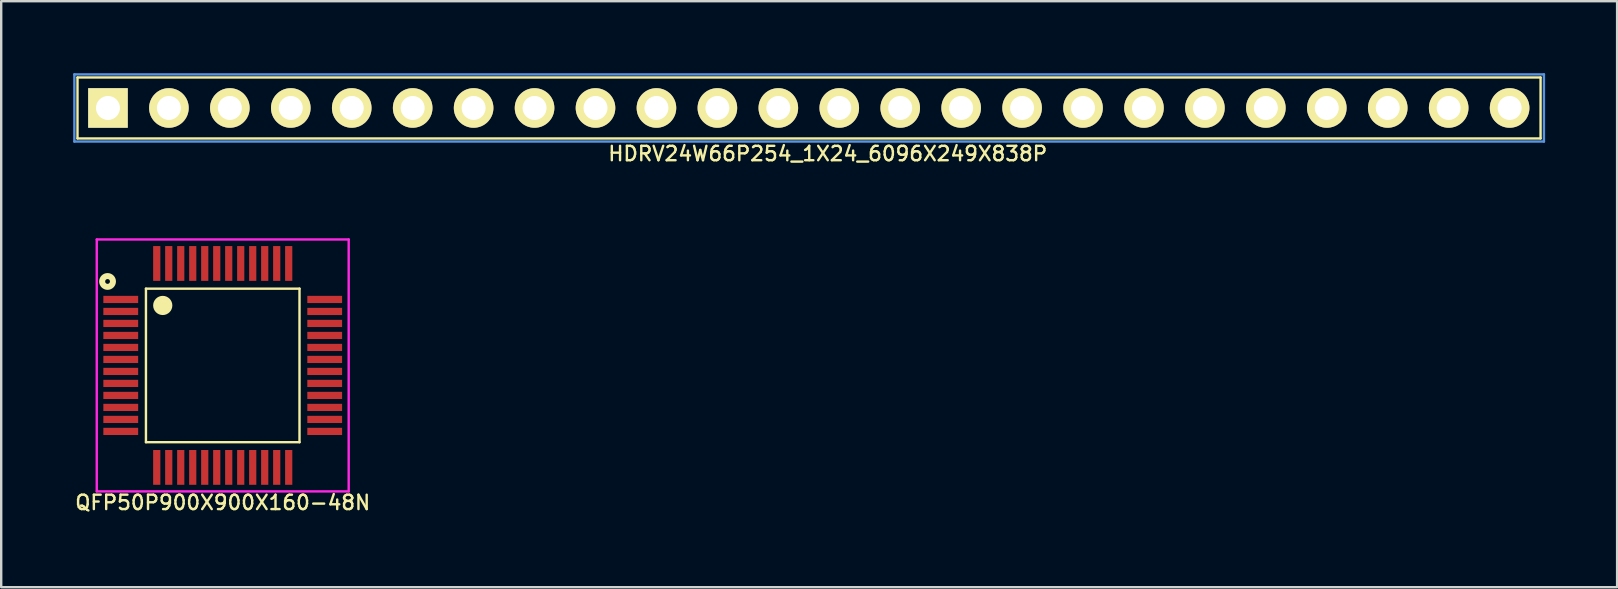
<source format=kicad_pcb>
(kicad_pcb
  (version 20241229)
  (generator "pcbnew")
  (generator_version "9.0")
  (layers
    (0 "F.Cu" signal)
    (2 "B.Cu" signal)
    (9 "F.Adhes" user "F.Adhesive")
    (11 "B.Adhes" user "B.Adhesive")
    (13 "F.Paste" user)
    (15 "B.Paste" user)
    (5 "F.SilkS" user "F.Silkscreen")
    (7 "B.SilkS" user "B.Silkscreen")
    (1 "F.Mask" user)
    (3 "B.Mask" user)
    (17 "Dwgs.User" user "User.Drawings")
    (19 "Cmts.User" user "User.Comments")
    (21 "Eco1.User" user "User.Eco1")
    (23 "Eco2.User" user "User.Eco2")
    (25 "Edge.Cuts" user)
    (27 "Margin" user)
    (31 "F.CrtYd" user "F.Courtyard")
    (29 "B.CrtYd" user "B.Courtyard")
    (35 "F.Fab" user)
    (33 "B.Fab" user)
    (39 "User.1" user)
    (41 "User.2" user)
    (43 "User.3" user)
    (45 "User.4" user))
  (footprint "HDRV24W66P254_1X24_6096X249X838P"
    (layer "F.Cu")
    (at 1.45 1.45)
    (property "Reference" "HDRV24W66P254_1X24_6096X249X838P" (at 30 1.905 0) (layer "F.SilkS") (effects (font (size 0.6 0.6) (thickness 0.1))))
    (attr through_hole)
    (fp_line (start -1.27 -1.27) (end 59.71 -1.27) (stroke (width 0.1) (type solid)) (layer "F.SilkS"))
    (fp_line (start -1.27 1.27) (end -1.27 -1.27) (stroke (width 0.1) (type solid)) (layer "F.SilkS"))
    (fp_line (start 59.71 -1.27) (end 59.71 1.27) (stroke (width 0.1) (type solid)) (layer "F.SilkS"))
    (fp_line (start 59.71 1.27) (end -1.27 1.27) (stroke (width 0.1) (type solid)) (layer "F.SilkS"))
    (fp_line (start -1.4 -1.4) (end 59.85 -1.4) (stroke (width 0.1) (type solid)) (layer "Cmts.User"))
    (fp_line (start -1.4 1.4) (end -1.4 -1.4) (stroke (width 0.1) (type solid)) (layer "Cmts.User"))
    (fp_line (start 59.85 -1.4) (end 59.85 1.4) (stroke (width 0.1) (type solid)) (layer "Cmts.User"))
    (fp_line (start 59.85 1.4) (end -1.4 1.4) (stroke (width 0.1) (type solid)) (layer "Cmts.User"))
    (pad "1" thru_hole rect (at 0 0) (size 1.65 1.65) (drill 1) (layers "*.Cu" "*.Mask" "F.SilkS"))
    (pad "2" thru_hole circle (at 2.54 0) (size 1.65 1.65) (drill 1) (layers "*.Cu" "*.Mask" "F.SilkS"))
    (pad "3" thru_hole circle (at 5.08 0) (size 1.65 1.65) (drill 1) (layers "*.Cu" "*.Mask" "F.SilkS"))
    (pad "4" thru_hole circle (at 7.62 0) (size 1.65 1.65) (drill 1) (layers "*.Cu" "*.Mask" "F.SilkS"))
    (pad "5" thru_hole circle (at 10.16 0) (size 1.65 1.65) (drill 1) (layers "*.Cu" "*.Mask" "F.SilkS"))
    (pad "6" thru_hole circle (at 12.7 0) (size 1.65 1.65) (drill 1) (layers "*.Cu" "*.Mask" "F.SilkS"))
    (pad "7" thru_hole circle (at 15.24 0) (size 1.65 1.65) (drill 1) (layers "*.Cu" "*.Mask" "F.SilkS"))
    (pad "8" thru_hole circle (at 17.78 0) (size 1.65 1.65) (drill 1) (layers "*.Cu" "*.Mask" "F.SilkS"))
    (pad "9" thru_hole circle (at 20.32 0) (size 1.65 1.65) (drill 1) (layers "*.Cu" "*.Mask" "F.SilkS"))
    (pad "10" thru_hole circle (at 22.86 0) (size 1.65 1.65) (drill 1) (layers "*.Cu" "*.Mask" "F.SilkS"))
    (pad "11" thru_hole circle (at 25.4 0) (size 1.65 1.65) (drill 1) (layers "*.Cu" "*.Mask" "F.SilkS"))
    (pad "12" thru_hole circle (at 27.94 0) (size 1.65 1.65) (drill 1) (layers "*.Cu" "*.Mask" "F.SilkS"))
    (pad "13" thru_hole circle (at 30.48 0) (size 1.65 1.65) (drill 1) (layers "*.Cu" "*.Mask" "F.SilkS"))
    (pad "14" thru_hole circle (at 33.02 0) (size 1.65 1.65) (drill 1) (layers "*.Cu" "*.Mask" "F.SilkS"))
    (pad "15" thru_hole circle (at 35.56 0) (size 1.65 1.65) (drill 1) (layers "*.Cu" "*.Mask" "F.SilkS"))
    (pad "16" thru_hole circle (at 38.1 0) (size 1.65 1.65) (drill 1) (layers "*.Cu" "*.Mask" "F.SilkS"))
    (pad "17" thru_hole circle (at 40.64 0) (size 1.65 1.65) (drill 1) (layers "*.Cu" "*.Mask" "F.SilkS"))
    (pad "18" thru_hole circle (at 43.18 0) (size 1.65 1.65) (drill 1) (layers "*.Cu" "*.Mask" "F.SilkS"))
    (pad "19" thru_hole circle (at 45.72 0) (size 1.65 1.65) (drill 1) (layers "*.Cu" "*.Mask" "F.SilkS"))
    (pad "20" thru_hole circle (at 48.26 0) (size 1.65 1.65) (drill 1) (layers "*.Cu" "*.Mask" "F.SilkS"))
    (pad "21" thru_hole circle (at 50.8 0) (size 1.65 1.65) (drill 1) (layers "*.Cu" "*.Mask" "F.SilkS"))
    (pad "22" thru_hole circle (at 53.34 0) (size 1.65 1.65) (drill 1) (layers "*.Cu" "*.Mask" "F.SilkS"))
    (pad "23" thru_hole circle (at 55.88 0) (size 1.65 1.65) (drill 1) (layers "*.Cu" "*.Mask" "F.SilkS"))
    (pad "24" thru_hole circle (at 58.42 0) (size 1.65 1.65) (drill 1) (layers "*.Cu" "*.Mask" "F.SilkS")))
  (footprint "QFP50P900X900X160-48N"
    (layer "F.Cu")
    (at 6.233 12.181)
    (property "Reference" "QFP50P900X900X160-48N" (at 0 5.715 0) (layer "F.SilkS") (effects (font (size 0.6 0.6) (thickness 0.1))))
    (attr through_hole)
    (fp_line (start -3.2 -3.2) (end 3.2 -3.2) (stroke (width 0.1) (type solid)) (layer "F.SilkS"))
    (fp_line (start -3.2 3.2) (end -3.2 -3.2) (stroke (width 0.1) (type solid)) (layer "F.SilkS"))
    (fp_line (start 3.2 -3.2) (end 3.2 3.2) (stroke (width 0.1) (type solid)) (layer "F.SilkS"))
    (fp_line (start 3.2 3.2) (end -3.2 3.2) (stroke (width 0.1) (type solid)) (layer "F.SilkS"))
    (fp_circle (center -4.8 -3.5) (end -4.7 -3.5) (stroke (width 0.25) (type solid)) (fill no) (layer "F.SilkS"))
    (fp_circle (center -2.5 -2.5) (end -2.3 -2.5) (stroke (width 0.4) (type solid)) (fill no) (layer "F.SilkS"))
    (fp_line (start -5.25 -5.25) (end 5.25 -5.25) (stroke (width 0.1) (type solid)) (layer "F.CrtYd"))
    (fp_line (start -5.25 5.25) (end -5.25 -5.25) (stroke (width 0.1) (type solid)) (layer "F.CrtYd"))
    (fp_line (start 5.25 -5.25) (end 5.25 5.25) (stroke (width 0.1) (type solid)) (layer "F.CrtYd"))
    (fp_line (start 5.25 5.25) (end -5.25 5.25) (stroke (width 0.1) (type solid)) (layer "F.CrtYd"))
    (pad "1" smd rect (at -4.25 -2.75) (size 1.45 0.3) (layers "F.Cu" "F.Mask" "F.Paste"))
    (pad "2" smd rect (at -4.25 -2.25) (size 1.45 0.3) (layers "F.Cu" "F.Mask" "F.Paste"))
    (pad "3" smd rect (at -4.25 -1.75) (size 1.45 0.3) (layers "F.Cu" "F.Mask" "F.Paste"))
    (pad "4" smd rect (at -4.25 -1.25) (size 1.45 0.3) (layers "F.Cu" "F.Mask" "F.Paste"))
    (pad "5" smd rect (at -4.25 -0.75) (size 1.45 0.3) (layers "F.Cu" "F.Mask" "F.Paste"))
    (pad "6" smd rect (at -4.25 -0.25) (size 1.45 0.3) (layers "F.Cu" "F.Mask" "F.Paste"))
    (pad "7" smd rect (at -4.25 0.25) (size 1.45 0.3) (layers "F.Cu" "F.Mask" "F.Paste"))
    (pad "8" smd rect (at -4.25 0.75) (size 1.45 0.3) (layers "F.Cu" "F.Mask" "F.Paste"))
    (pad "9" smd rect (at -4.25 1.25) (size 1.45 0.3) (layers "F.Cu" "F.Mask" "F.Paste"))
    (pad "10" smd rect (at -4.25 1.75) (size 1.45 0.3) (layers "F.Cu" "F.Mask" "F.Paste"))
    (pad "11" smd rect (at -4.25 2.25) (size 1.45 0.3) (layers "F.Cu" "F.Mask" "F.Paste"))
    (pad "12" smd rect (at -4.25 2.75) (size 1.45 0.3) (layers "F.Cu" "F.Mask" "F.Paste"))
    (pad "13" smd rect (at -2.75 4.25) (size 0.3 1.45) (layers "F.Cu" "F.Mask" "F.Paste"))
    (pad "14" smd rect (at -2.25 4.25) (size 0.3 1.45) (layers "F.Cu" "F.Mask" "F.Paste"))
    (pad "15" smd rect (at -1.75 4.25) (size 0.3 1.45) (layers "F.Cu" "F.Mask" "F.Paste"))
    (pad "16" smd rect (at -1.25 4.25) (size 0.3 1.45) (layers "F.Cu" "F.Mask" "F.Paste"))
    (pad "17" smd rect (at -0.75 4.25) (size 0.3 1.45) (layers "F.Cu" "F.Mask" "F.Paste"))
    (pad "18" smd rect (at -0.25 4.25) (size 0.3 1.45) (layers "F.Cu" "F.Mask" "F.Paste"))
    (pad "19" smd rect (at 0.25 4.25) (size 0.3 1.45) (layers "F.Cu" "F.Mask" "F.Paste"))
    (pad "20" smd rect (at 0.75 4.25) (size 0.3 1.45) (layers "F.Cu" "F.Mask" "F.Paste"))
    (pad "21" smd rect (at 1.25 4.25) (size 0.3 1.45) (layers "F.Cu" "F.Mask" "F.Paste"))
    (pad "22" smd rect (at 1.75 4.25) (size 0.3 1.45) (layers "F.Cu" "F.Mask" "F.Paste"))
    (pad "23" smd rect (at 2.25 4.25) (size 0.3 1.45) (layers "F.Cu" "F.Mask" "F.Paste"))
    (pad "24" smd rect (at 2.75 4.25) (size 0.3 1.45) (layers "F.Cu" "F.Mask" "F.Paste"))
    (pad "25" smd rect (at 4.25 2.75) (size 1.45 0.3) (layers "F.Cu" "F.Mask" "F.Paste"))
    (pad "26" smd rect (at 4.25 2.25) (size 1.45 0.3) (layers "F.Cu" "F.Mask" "F.Paste"))
    (pad "27" smd rect (at 4.25 1.75) (size 1.45 0.3) (layers "F.Cu" "F.Mask" "F.Paste"))
    (pad "28" smd rect (at 4.25 1.25) (size 1.45 0.3) (layers "F.Cu" "F.Mask" "F.Paste"))
    (pad "29" smd rect (at 4.25 0.75) (size 1.45 0.3) (layers "F.Cu" "F.Mask" "F.Paste"))
    (pad "30" smd rect (at 4.25 0.25) (size 1.45 0.3) (layers "F.Cu" "F.Mask" "F.Paste"))
    (pad "31" smd rect (at 4.25 -0.25) (size 1.45 0.3) (layers "F.Cu" "F.Mask" "F.Paste"))
    (pad "32" smd rect (at 4.25 -0.75) (size 1.45 0.3) (layers "F.Cu" "F.Mask" "F.Paste"))
    (pad "33" smd rect (at 4.25 -1.25) (size 1.45 0.3) (layers "F.Cu" "F.Mask" "F.Paste"))
    (pad "34" smd rect (at 4.25 -1.75) (size 1.45 0.3) (layers "F.Cu" "F.Mask" "F.Paste"))
    (pad "35" smd rect (at 4.25 -2.25) (size 1.45 0.3) (layers "F.Cu" "F.Mask" "F.Paste"))
    (pad "36" smd rect (at 4.25 -2.75) (size 1.45 0.3) (layers "F.Cu" "F.Mask" "F.Paste"))
    (pad "37" smd rect (at 2.75 -4.25) (size 0.3 1.45) (layers "F.Cu" "F.Mask" "F.Paste"))
    (pad "38" smd rect (at 2.25 -4.25) (size 0.3 1.45) (layers "F.Cu" "F.Mask" "F.Paste"))
    (pad "39" smd rect (at 1.75 -4.25) (size 0.3 1.45) (layers "F.Cu" "F.Mask" "F.Paste"))
    (pad "40" smd rect (at 1.25 -4.25) (size 0.3 1.45) (layers "F.Cu" "F.Mask" "F.Paste"))
    (pad "41" smd rect (at 0.75 -4.25) (size 0.3 1.45) (layers "F.Cu" "F.Mask" "F.Paste"))
    (pad "42" smd rect (at 0.25 -4.25) (size 0.3 1.45) (layers "F.Cu" "F.Mask" "F.Paste"))
    (pad "43" smd rect (at -0.25 -4.25) (size 0.3 1.45) (layers "F.Cu" "F.Mask" "F.Paste"))
    (pad "44" smd rect (at -0.75 -4.25) (size 0.3 1.45) (layers "F.Cu" "F.Mask" "F.Paste"))
    (pad "45" smd rect (at -1.25 -4.25) (size 0.3 1.45) (layers "F.Cu" "F.Mask" "F.Paste"))
    (pad "46" smd rect (at -1.75 -4.25) (size 0.3 1.45) (layers "F.Cu" "F.Mask" "F.Paste"))
    (pad "47" smd rect (at -2.25 -4.25) (size 0.3 1.45) (layers "F.Cu" "F.Mask" "F.Paste"))
    (pad "48" smd rect (at -2.75 -4.25) (size 0.3 1.45) (layers "F.Cu" "F.Mask" "F.Paste")))
  (gr_rect
    (start -3 -3)
    (end 64.35 21.423)
    (stroke (width 0.1) (type default))
    (fill no)
    (layer "Edge.Cuts")))
</source>
